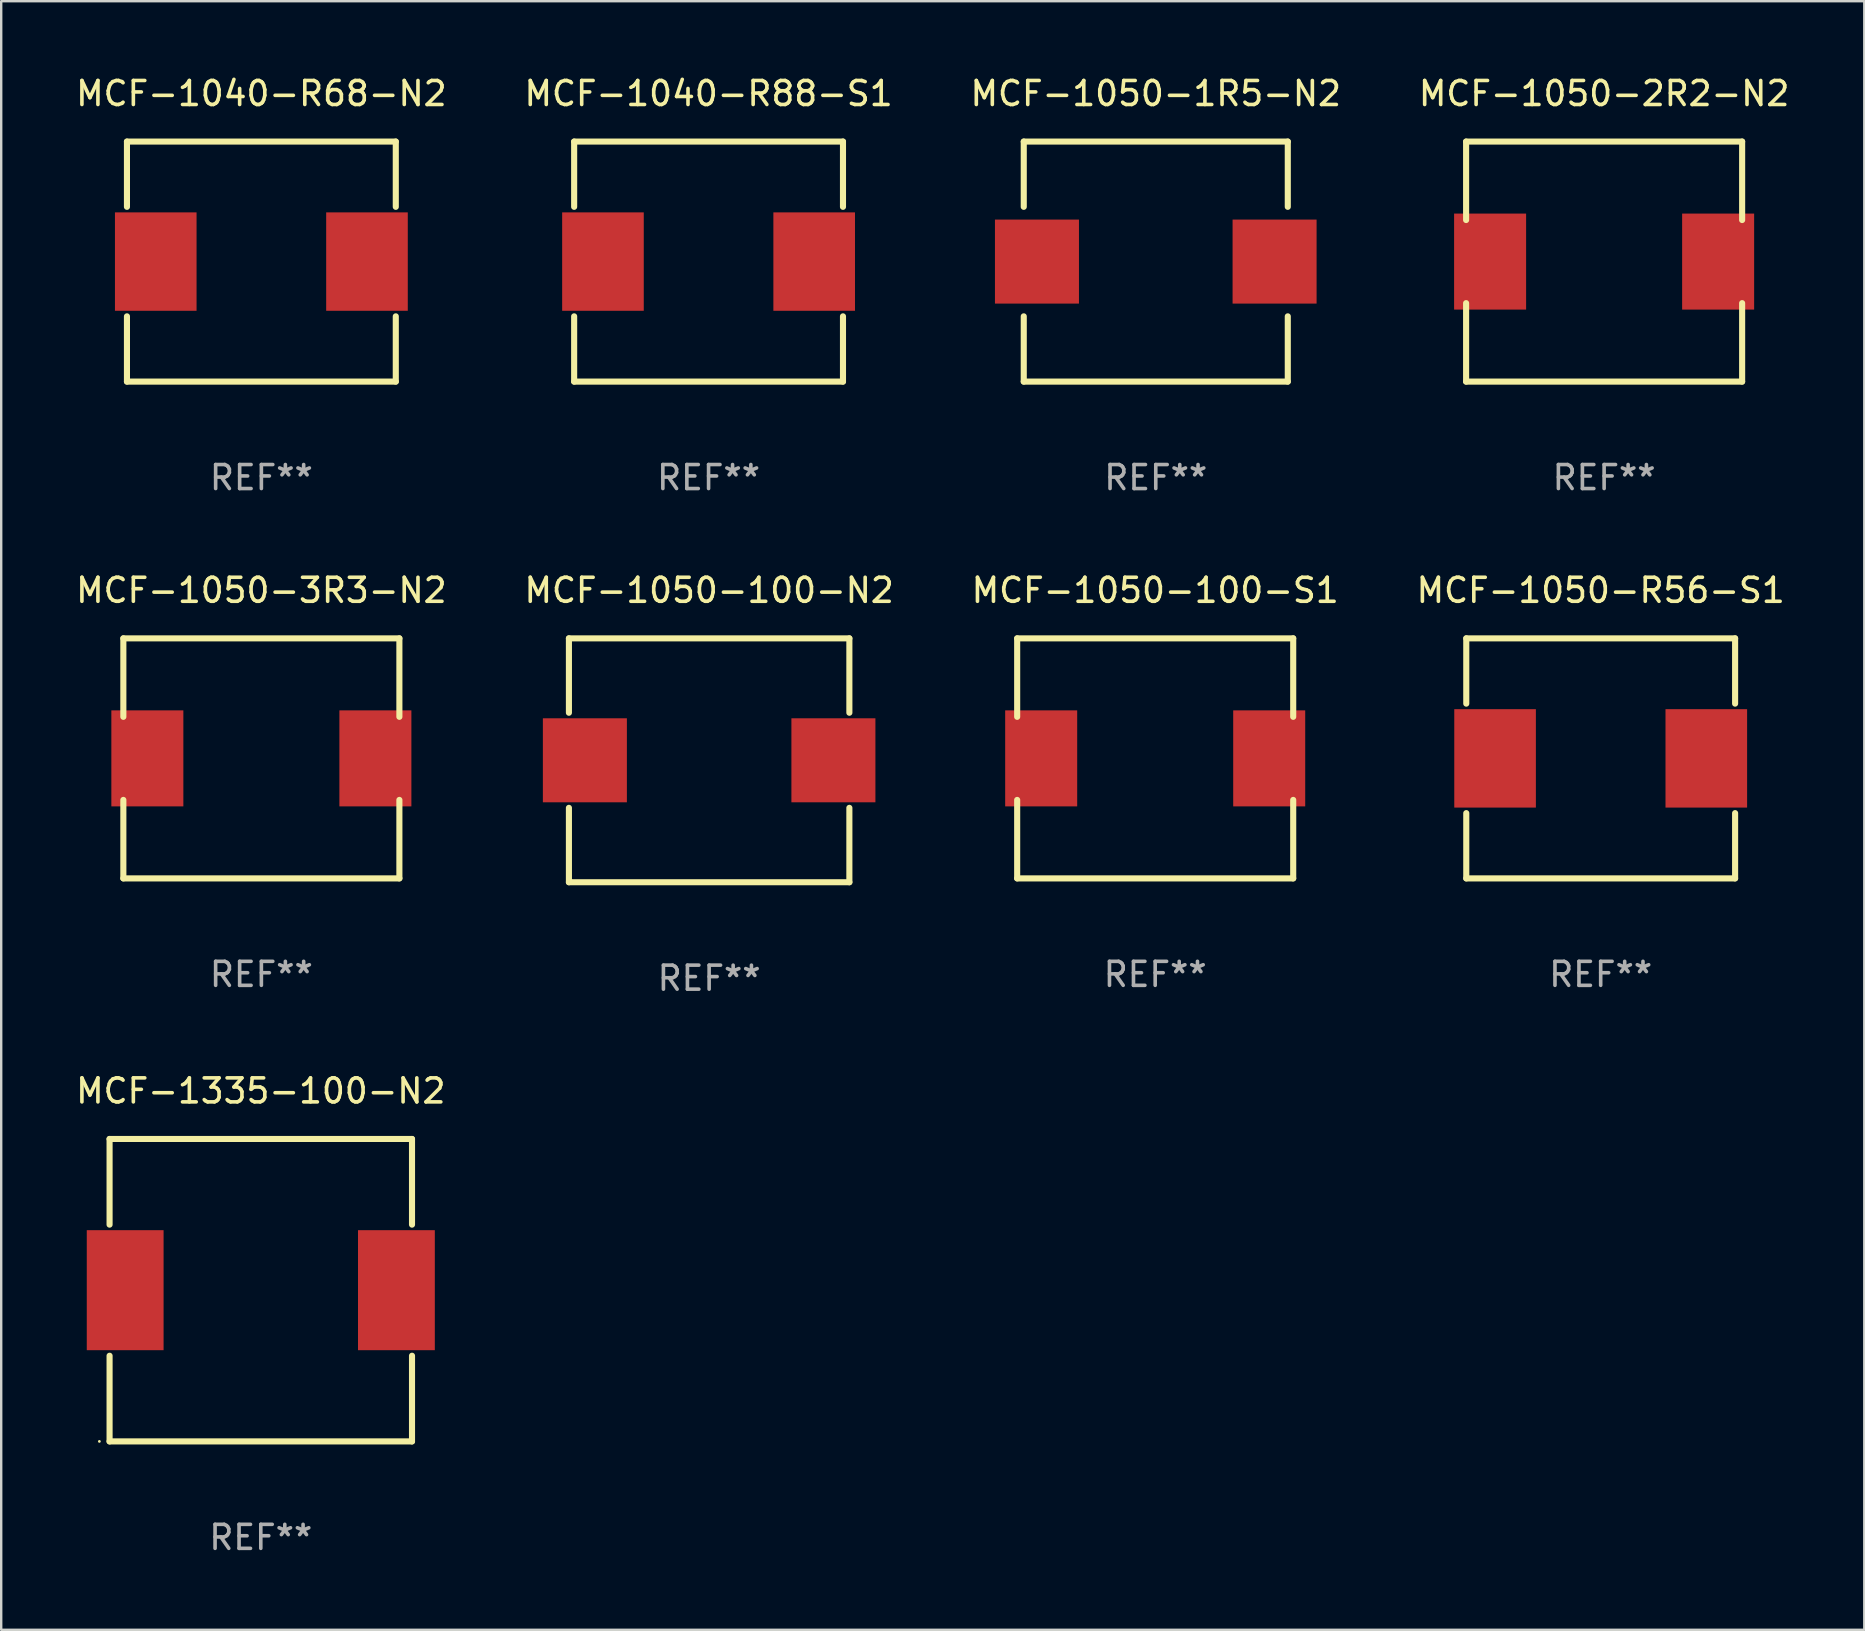
<source format=kicad_pcb>
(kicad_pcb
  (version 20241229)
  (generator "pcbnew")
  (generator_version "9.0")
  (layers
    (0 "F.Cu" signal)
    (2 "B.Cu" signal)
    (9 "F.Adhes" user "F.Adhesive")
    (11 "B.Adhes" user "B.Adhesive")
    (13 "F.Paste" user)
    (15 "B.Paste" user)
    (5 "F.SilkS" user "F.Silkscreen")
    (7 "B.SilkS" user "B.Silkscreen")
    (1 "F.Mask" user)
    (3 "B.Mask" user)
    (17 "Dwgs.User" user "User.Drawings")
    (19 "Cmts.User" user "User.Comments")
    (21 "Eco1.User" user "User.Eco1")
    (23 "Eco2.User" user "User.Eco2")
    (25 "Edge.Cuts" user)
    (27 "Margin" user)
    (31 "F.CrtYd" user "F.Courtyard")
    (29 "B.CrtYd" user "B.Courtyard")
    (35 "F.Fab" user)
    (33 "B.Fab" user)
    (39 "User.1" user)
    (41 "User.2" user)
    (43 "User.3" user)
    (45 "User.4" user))
  (footprint "MCF-1050-R56-S1"
    (layer "F.Cu")
    (at 63.637 28.545)
    (property "Reference" "MCF-1050-R56-S1" (at 0 -7 0) (layer "F.SilkS") (effects (font (size 1 1) (thickness 0.15))))
    (attr through_hole)
    (fp_line (start -5.6 -5) (end 5.6 -5) (stroke (width 0.254) (type solid)) (layer "F.SilkS"))
    (fp_line (start -5.6 -2.281) (end -5.6 -5) (stroke (width 0.254) (type solid)) (layer "F.SilkS"))
    (fp_line (start -5.6 5) (end -5.6 2.281) (stroke (width 0.254) (type solid)) (layer "F.SilkS"))
    (fp_line (start 5.6 -2.281) (end 5.6 -5) (stroke (width 0.254) (type solid)) (layer "F.SilkS"))
    (fp_line (start 5.6 5) (end -5.6 5) (stroke (width 0.254) (type solid)) (layer "F.SilkS"))
    (fp_line (start 5.6 5) (end 5.6 2.281) (stroke (width 0.254) (type solid)) (layer "F.SilkS"))
    (fp_circle (center -5.6 5) (end -5.57 5) (stroke (width 0.06) (type solid)) (fill no) (layer "F.SilkS"))
    (fp_text user "REF**" (at 0 9 0) (layer "F.Fab") (effects (font (size 1 1) (thickness 0.15))))
    (pad "1" smd rect (at -4.4 0) (size 3.4 4.1) (layers "F.Cu" "F.Mask" "F.Paste"))
    (pad "2" smd rect (at 4.4 0) (size 3.4 4.1) (layers "F.Cu" "F.Mask" "F.Paste")))
  (footprint "MCF-1050-1R5-N2"
    (layer "F.Cu")
    (at 45.101 7.848)
    (property "Reference" "MCF-1050-1R5-N2" (at 0 -7 0) (layer "F.SilkS") (effects (font (size 1 1) (thickness 0.15))))
    (attr through_hole)
    (fp_line (start -5.5 -5) (end 5.5 -5) (stroke (width 0.254) (type solid)) (layer "F.SilkS"))
    (fp_line (start -5.5 -2.281) (end -5.5 -5) (stroke (width 0.254) (type solid)) (layer "F.SilkS"))
    (fp_line (start -5.5 5) (end -5.5 2.281) (stroke (width 0.254) (type solid)) (layer "F.SilkS"))
    (fp_line (start -5.5 5) (end 5.5 5) (stroke (width 0.254) (type solid)) (layer "F.SilkS"))
    (fp_line (start 5.5 -2.281) (end 5.5 -5) (stroke (width 0.254) (type solid)) (layer "F.SilkS"))
    (fp_line (start 5.5 5) (end 5.5 2.281) (stroke (width 0.254) (type solid)) (layer "F.SilkS"))
    (fp_circle (center -5.5 5) (end -5.47 5) (stroke (width 0.06) (type solid)) (fill no) (layer "F.SilkS"))
    (fp_text user "REF**" (at 0 9 0) (layer "F.Fab") (effects (font (size 1 1) (thickness 0.15))))
    (pad "1" smd rect (at -4.95 0 90) (size 3.5 3.5) (layers "F.Cu" "F.Mask" "F.Paste"))
    (pad "2" smd rect (at 4.95 0 270) (size 3.5 3.5) (layers "F.Cu" "F.Mask" "F.Paste")))
  (footprint "MCF-1040-R68-N2"
    (layer "F.Cu")
    (at 7.839 7.848)
    (property "Reference" "MCF-1040-R68-N2" (at 0 -7 0) (layer "F.SilkS") (effects (font (size 1 1) (thickness 0.15))))
    (attr through_hole)
    (fp_line (start -5.6 -5) (end 5.6 -5) (stroke (width 0.254) (type solid)) (layer "F.SilkS"))
    (fp_line (start -5.6 -2.281) (end -5.6 -5) (stroke (width 0.254) (type solid)) (layer "F.SilkS"))
    (fp_line (start -5.6 5) (end -5.6 2.281) (stroke (width 0.254) (type solid)) (layer "F.SilkS"))
    (fp_line (start 5.6 -2.281) (end 5.6 -5) (stroke (width 0.254) (type solid)) (layer "F.SilkS"))
    (fp_line (start 5.6 5) (end -5.6 5) (stroke (width 0.254) (type solid)) (layer "F.SilkS"))
    (fp_line (start 5.6 5) (end 5.6 2.281) (stroke (width 0.254) (type solid)) (layer "F.SilkS"))
    (fp_circle (center -5.6 5) (end -5.57 5) (stroke (width 0.06) (type solid)) (fill no) (layer "F.SilkS"))
    (fp_text user "REF**" (at 0 9 0) (layer "F.Fab") (effects (font (size 1 1) (thickness 0.15))))
    (pad "1" smd rect (at -4.4 0) (size 3.4 4.1) (layers "F.Cu" "F.Mask" "F.Paste"))
    (pad "2" smd rect (at 4.4 0) (size 3.4 4.1) (layers "F.Cu" "F.Mask" "F.Paste")))
  (footprint "MCF-1050-100-N2"
    (layer "F.Cu")
    (at 26.494 28.625)
    (property "Reference" "MCF-1050-100-N2" (at 0 -7.08 0) (layer "F.SilkS") (effects (font (size 1 1) (thickness 0.15))))
    (attr through_hole)
    (fp_line (start -5.842 -5.08) (end -5.842 -1.981) (stroke (width 0.254) (type solid)) (layer "F.SilkS"))
    (fp_line (start -5.842 1.981) (end -5.842 5.08) (stroke (width 0.254) (type solid)) (layer "F.SilkS"))
    (fp_line (start -5.842 5.08) (end 5.842 5.08) (stroke (width 0.254) (type solid)) (layer "F.SilkS"))
    (fp_line (start 5.842 -5.08) (end -5.842 -5.08) (stroke (width 0.254) (type solid)) (layer "F.SilkS"))
    (fp_line (start 5.842 -1.981) (end 5.842 -5.08) (stroke (width 0.254) (type solid)) (layer "F.SilkS"))
    (fp_line (start 5.842 5.08) (end 5.842 1.981) (stroke (width 0.254) (type solid)) (layer "F.SilkS"))
    (fp_circle (center -5.75 5) (end -5.72 5) (stroke (width 0.06) (type solid)) (fill no) (layer "F.SilkS"))
    (fp_text user "REF**" (at 0 9.08 0) (layer "F.Fab") (effects (font (size 1 1) (thickness 0.15))))
    (pad "1" smd rect (at -5.177 0) (size 3.5 3.5) (layers "F.Cu" "F.Mask" "F.Paste"))
    (pad "2" smd rect (at 5.177 0) (size 3.5 3.5) (layers "F.Cu" "F.Mask" "F.Paste")))
  (footprint "MCF-1050-100-S1"
    (layer "F.Cu")
    (at 45.077 28.545)
    (property "Reference" "MCF-1050-100-S1" (at 0 -7 0) (layer "F.SilkS") (effects (font (size 1 1) (thickness 0.15))))
    (attr through_hole)
    (fp_line (start -5.75 -5) (end -5.75 -1.731) (stroke (width 0.254) (type solid)) (layer "F.SilkS"))
    (fp_line (start -5.75 -5) (end 5.75 -5) (stroke (width 0.254) (type solid)) (layer "F.SilkS"))
    (fp_line (start -5.75 1.731) (end -5.75 5) (stroke (width 0.254) (type solid)) (layer "F.SilkS"))
    (fp_line (start 5.75 -1.731) (end 5.75 -5) (stroke (width 0.254) (type solid)) (layer "F.SilkS"))
    (fp_line (start 5.75 5) (end -5.75 5) (stroke (width 0.254) (type solid)) (layer "F.SilkS"))
    (fp_line (start 5.75 5) (end 5.75 1.731) (stroke (width 0.254) (type solid)) (layer "F.SilkS"))
    (fp_circle (center -5.75 5) (end -5.72 5) (stroke (width 0.06) (type solid)) (fill no) (layer "F.SilkS"))
    (fp_text user "REF**" (at 0 9 0) (layer "F.Fab") (effects (font (size 1 1) (thickness 0.15))))
    (pad "1" smd rect (at -4.75 0) (size 3 4) (layers "F.Cu" "F.Mask" "F.Paste"))
    (pad "2" smd rect (at 4.75 0) (size 3 4) (layers "F.Cu" "F.Mask" "F.Paste")))
  (footprint "MCF-1050-2R2-N2"
    (layer "F.Cu")
    (at 63.78 7.848)
    (property "Reference" "MCF-1050-2R2-N2" (at 0 -7 0) (layer "F.SilkS") (effects (font (size 1 1) (thickness 0.15))))
    (attr through_hole)
    (fp_line (start -5.75 -5) (end -5.75 -1.731) (stroke (width 0.254) (type solid)) (layer "F.SilkS"))
    (fp_line (start -5.75 -5) (end 5.75 -5) (stroke (width 0.254) (type solid)) (layer "F.SilkS"))
    (fp_line (start -5.75 1.731) (end -5.75 5) (stroke (width 0.254) (type solid)) (layer "F.SilkS"))
    (fp_line (start 5.75 -1.731) (end 5.75 -5) (stroke (width 0.254) (type solid)) (layer "F.SilkS"))
    (fp_line (start 5.75 5) (end -5.75 5) (stroke (width 0.254) (type solid)) (layer "F.SilkS"))
    (fp_line (start 5.75 5) (end 5.75 1.731) (stroke (width 0.254) (type solid)) (layer "F.SilkS"))
    (fp_circle (center -5.75 5) (end -5.72 5) (stroke (width 0.06) (type solid)) (fill no) (layer "F.SilkS"))
    (fp_text user "REF**" (at 0 9 0) (layer "F.Fab") (effects (font (size 1 1) (thickness 0.15))))
    (pad "1" smd rect (at -4.75 0) (size 3 4) (layers "F.Cu" "F.Mask" "F.Paste"))
    (pad "2" smd rect (at 4.75 0) (size 3 4) (layers "F.Cu" "F.Mask" "F.Paste")))
  (footprint "MCF-1040-R88-S1"
    (layer "F.Cu")
    (at 26.47 7.848)
    (property "Reference" "MCF-1040-R88-S1" (at 0 -7 0) (layer "F.SilkS") (effects (font (size 1 1) (thickness 0.15))))
    (attr through_hole)
    (fp_line (start -5.6 -5) (end 5.6 -5) (stroke (width 0.254) (type solid)) (layer "F.SilkS"))
    (fp_line (start -5.6 -2.281) (end -5.6 -5) (stroke (width 0.254) (type solid)) (layer "F.SilkS"))
    (fp_line (start -5.6 5) (end -5.6 2.281) (stroke (width 0.254) (type solid)) (layer "F.SilkS"))
    (fp_line (start 5.6 -2.281) (end 5.6 -5) (stroke (width 0.254) (type solid)) (layer "F.SilkS"))
    (fp_line (start 5.6 5) (end -5.6 5) (stroke (width 0.254) (type solid)) (layer "F.SilkS"))
    (fp_line (start 5.6 5) (end 5.6 2.281) (stroke (width 0.254) (type solid)) (layer "F.SilkS"))
    (fp_circle (center -5.6 5) (end -5.57 5) (stroke (width 0.06) (type solid)) (fill no) (layer "F.SilkS"))
    (fp_text user "REF**" (at 0 9 0) (layer "F.Fab") (effects (font (size 1 1) (thickness 0.15))))
    (pad "1" smd rect (at -4.4 0) (size 3.4 4.1) (layers "F.Cu" "F.Mask" "F.Paste"))
    (pad "2" smd rect (at 4.4 0) (size 3.4 4.1) (layers "F.Cu" "F.Mask" "F.Paste")))
  (footprint "MCF-1050-3R3-N2"
    (layer "F.Cu")
    (at 7.839 28.545)
    (property "Reference" "MCF-1050-3R3-N2" (at 0 -7 0) (layer "F.SilkS") (effects (font (size 1 1) (thickness 0.15))))
    (attr through_hole)
    (fp_line (start -5.75 -5) (end -5.75 -1.731) (stroke (width 0.254) (type solid)) (layer "F.SilkS"))
    (fp_line (start -5.75 -5) (end 5.75 -5) (stroke (width 0.254) (type solid)) (layer "F.SilkS"))
    (fp_line (start -5.75 1.731) (end -5.75 5) (stroke (width 0.254) (type solid)) (layer "F.SilkS"))
    (fp_line (start 5.75 -1.731) (end 5.75 -5) (stroke (width 0.254) (type solid)) (layer "F.SilkS"))
    (fp_line (start 5.75 5) (end -5.75 5) (stroke (width 0.254) (type solid)) (layer "F.SilkS"))
    (fp_line (start 5.75 5) (end 5.75 1.731) (stroke (width 0.254) (type solid)) (layer "F.SilkS"))
    (fp_circle (center -5.75 5) (end -5.72 5) (stroke (width 0.06) (type solid)) (fill no) (layer "F.SilkS"))
    (fp_text user "REF**" (at 0 9 0) (layer "F.Fab") (effects (font (size 1 1) (thickness 0.15))))
    (pad "1" smd rect (at -4.75 0) (size 3 4) (layers "F.Cu" "F.Mask" "F.Paste"))
    (pad "2" smd rect (at 4.75 0) (size 3 4) (layers "F.Cu" "F.Mask" "F.Paste")))
  (footprint "MCF-1335-100-N2"
    (layer "F.Cu")
    (at 7.815 50.701)
    (property "Reference" "MCF-1335-100-N2" (at 0 -8.3 0) (layer "F.SilkS") (effects (font (size 1 1) (thickness 0.15))))
    (attr through_hole)
    (fp_line (start -6.3 -6.3) (end 6.3 -6.3) (stroke (width 0.254) (type solid)) (layer "F.SilkS"))
    (fp_line (start -6.3 -2.731) (end -6.3 -6.3) (stroke (width 0.254) (type solid)) (layer "F.SilkS"))
    (fp_line (start -6.3 6.3) (end -6.3 2.731) (stroke (width 0.254) (type solid)) (layer "F.SilkS"))
    (fp_line (start 6.3 -6.3) (end 6.3 -2.731) (stroke (width 0.254) (type solid)) (layer "F.SilkS"))
    (fp_line (start 6.3 2.731) (end 6.3 6.3) (stroke (width 0.254) (type solid)) (layer "F.SilkS"))
    (fp_line (start 6.3 6.3) (end -6.3 6.3) (stroke (width 0.254) (type solid)) (layer "F.SilkS"))
    (fp_circle (center -6.725 6.3) (end -6.695 6.3) (stroke (width 0.06) (type solid)) (fill no) (layer "F.SilkS"))
    (fp_text user "REF**" (at 0 10.3 0) (layer "F.Fab") (effects (font (size 1 1) (thickness 0.15))))
    (pad "1" smd rect (at -5.65 0) (size 3.2 5) (layers "F.Cu" "F.Mask" "F.Paste"))
    (pad "2" smd rect (at 5.65 0) (size 3.2 5) (layers "F.Cu" "F.Mask" "F.Paste")))
  (gr_rect
    (start -3 -3)
    (end 74.619 64.85)
    (stroke (width 0.1) (type default))
    (fill no)
    (layer "Edge.Cuts")))
</source>
